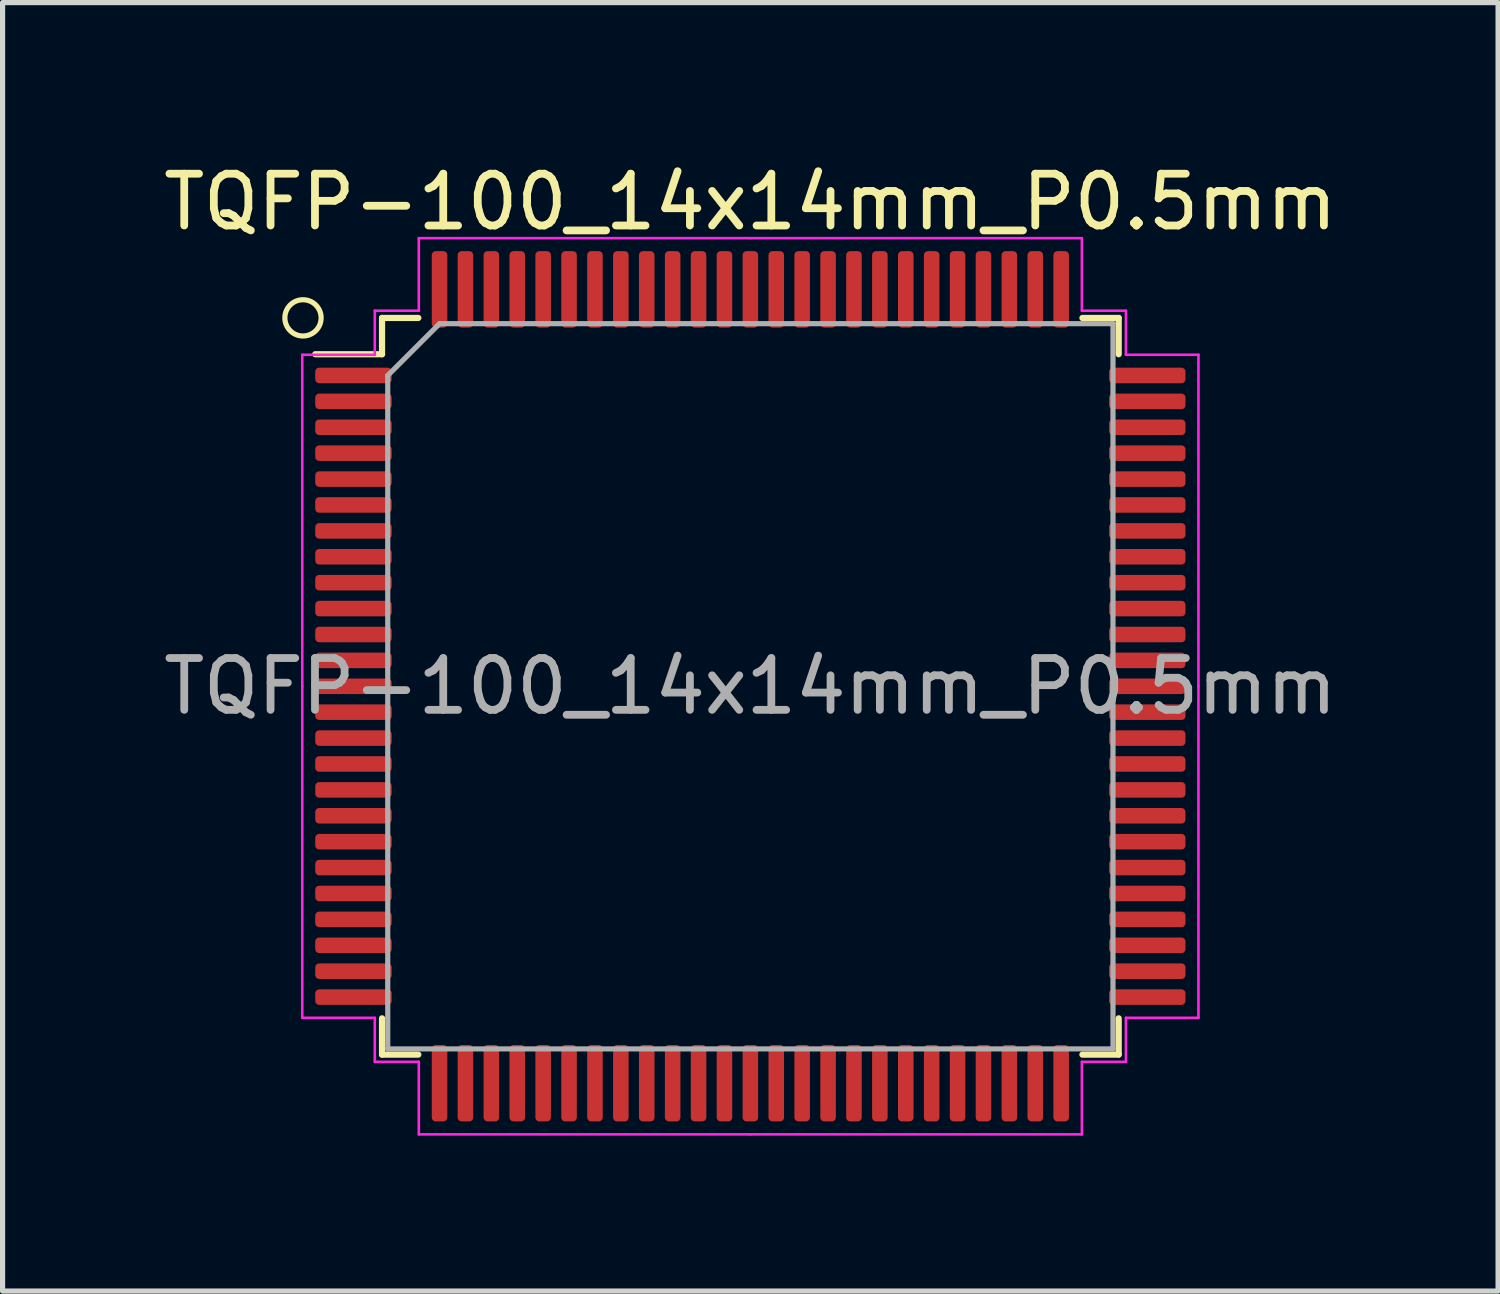
<source format=kicad_pcb>
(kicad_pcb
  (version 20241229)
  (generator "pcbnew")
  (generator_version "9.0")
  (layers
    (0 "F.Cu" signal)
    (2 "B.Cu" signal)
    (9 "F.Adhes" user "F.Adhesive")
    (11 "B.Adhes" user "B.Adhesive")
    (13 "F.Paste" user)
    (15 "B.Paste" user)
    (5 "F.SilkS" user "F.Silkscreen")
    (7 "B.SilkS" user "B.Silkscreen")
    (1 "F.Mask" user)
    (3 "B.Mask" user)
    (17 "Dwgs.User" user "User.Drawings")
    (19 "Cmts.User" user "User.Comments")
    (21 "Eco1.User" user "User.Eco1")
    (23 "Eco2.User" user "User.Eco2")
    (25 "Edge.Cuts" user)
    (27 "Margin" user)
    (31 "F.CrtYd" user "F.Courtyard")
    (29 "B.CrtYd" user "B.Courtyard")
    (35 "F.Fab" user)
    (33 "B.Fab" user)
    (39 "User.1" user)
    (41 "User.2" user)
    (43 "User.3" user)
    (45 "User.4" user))
  (footprint "TQFP-100_14x14mm_P0.5mm"
    (layer "F.Cu")
    (at 11.435 10.198)
    (property "Reference" "TQFP-100_14x14mm_P0.5mm" (at 0 -9.35 0) (layer "F.SilkS") (effects (font (size 1 1) (thickness 0.15))))
    (attr smd)
    (fp_line (start -7.11 -7.11) (end -7.11 -6.41) (stroke (width 0.12) (type solid)) (layer "F.SilkS"))
    (fp_line (start -7.11 -6.41) (end -8.4 -6.41) (stroke (width 0.12) (type solid)) (layer "F.SilkS"))
    (fp_line (start -7.11 7.11) (end -7.11 6.41) (stroke (width 0.12) (type solid)) (layer "F.SilkS"))
    (fp_line (start -6.41 -7.11) (end -7.11 -7.11) (stroke (width 0.12) (type solid)) (layer "F.SilkS"))
    (fp_line (start -6.41 7.11) (end -7.11 7.11) (stroke (width 0.12) (type solid)) (layer "F.SilkS"))
    (fp_line (start 6.41 -7.11) (end 7.11 -7.11) (stroke (width 0.12) (type solid)) (layer "F.SilkS"))
    (fp_line (start 6.41 7.11) (end 7.11 7.11) (stroke (width 0.12) (type solid)) (layer "F.SilkS"))
    (fp_line (start 7.11 -7.11) (end 7.11 -6.41) (stroke (width 0.12) (type solid)) (layer "F.SilkS"))
    (fp_line (start 7.11 7.11) (end 7.11 6.41) (stroke (width 0.12) (type solid)) (layer "F.SilkS"))
    (fp_circle (center -8.636 -7.112) (end -8.286 -7.112) (stroke (width 0.1) (type solid)) (fill no) (layer "F.SilkS"))
    (fp_line (start -8.65 -6.4) (end -8.65 0) (stroke (width 0.05) (type solid)) (layer "F.CrtYd"))
    (fp_line (start -8.65 6.4) (end -8.65 0) (stroke (width 0.05) (type solid)) (layer "F.CrtYd"))
    (fp_line (start -7.25 -7.25) (end -7.25 -6.4) (stroke (width 0.05) (type solid)) (layer "F.CrtYd"))
    (fp_line (start -7.25 -6.4) (end -8.65 -6.4) (stroke (width 0.05) (type solid)) (layer "F.CrtYd"))
    (fp_line (start -7.25 6.4) (end -8.65 6.4) (stroke (width 0.05) (type solid)) (layer "F.CrtYd"))
    (fp_line (start -7.25 7.25) (end -7.25 6.4) (stroke (width 0.05) (type solid)) (layer "F.CrtYd"))
    (fp_line (start -6.4 -8.65) (end -6.4 -7.25) (stroke (width 0.05) (type solid)) (layer "F.CrtYd"))
    (fp_line (start -6.4 -7.25) (end -7.25 -7.25) (stroke (width 0.05) (type solid)) (layer "F.CrtYd"))
    (fp_line (start -6.4 7.25) (end -7.25 7.25) (stroke (width 0.05) (type solid)) (layer "F.CrtYd"))
    (fp_line (start -6.4 8.65) (end -6.4 7.25) (stroke (width 0.05) (type solid)) (layer "F.CrtYd"))
    (fp_line (start 0 -8.65) (end -6.4 -8.65) (stroke (width 0.05) (type solid)) (layer "F.CrtYd"))
    (fp_line (start 0 -8.65) (end 6.4 -8.65) (stroke (width 0.05) (type solid)) (layer "F.CrtYd"))
    (fp_line (start 0 8.65) (end -6.4 8.65) (stroke (width 0.05) (type solid)) (layer "F.CrtYd"))
    (fp_line (start 0 8.65) (end 6.4 8.65) (stroke (width 0.05) (type solid)) (layer "F.CrtYd"))
    (fp_line (start 6.4 -8.65) (end 6.4 -7.25) (stroke (width 0.05) (type solid)) (layer "F.CrtYd"))
    (fp_line (start 6.4 -7.25) (end 7.25 -7.25) (stroke (width 0.05) (type solid)) (layer "F.CrtYd"))
    (fp_line (start 6.4 7.25) (end 7.25 7.25) (stroke (width 0.05) (type solid)) (layer "F.CrtYd"))
    (fp_line (start 6.4 8.65) (end 6.4 7.25) (stroke (width 0.05) (type solid)) (layer "F.CrtYd"))
    (fp_line (start 7.25 -7.25) (end 7.25 -6.4) (stroke (width 0.05) (type solid)) (layer "F.CrtYd"))
    (fp_line (start 7.25 -6.4) (end 8.65 -6.4) (stroke (width 0.05) (type solid)) (layer "F.CrtYd"))
    (fp_line (start 7.25 6.4) (end 8.65 6.4) (stroke (width 0.05) (type solid)) (layer "F.CrtYd"))
    (fp_line (start 7.25 7.25) (end 7.25 6.4) (stroke (width 0.05) (type solid)) (layer "F.CrtYd"))
    (fp_line (start 8.65 -6.4) (end 8.65 0) (stroke (width 0.05) (type solid)) (layer "F.CrtYd"))
    (fp_line (start 8.65 6.4) (end 8.65 0) (stroke (width 0.05) (type solid)) (layer "F.CrtYd"))
    (fp_line (start -7 -6) (end -6 -7) (stroke (width 0.1) (type solid)) (layer "F.Fab"))
    (fp_line (start -7 7) (end -7 -6) (stroke (width 0.1) (type solid)) (layer "F.Fab"))
    (fp_line (start -6 -7) (end 7 -7) (stroke (width 0.1) (type solid)) (layer "F.Fab"))
    (fp_line (start 7 -7) (end 7 7) (stroke (width 0.1) (type solid)) (layer "F.Fab"))
    (fp_line (start 7 7) (end -7 7) (stroke (width 0.1) (type solid)) (layer "F.Fab"))
    (fp_text user "${REFERENCE}" (at 0 0 0) (layer "F.Fab") (effects (font (size 1 1) (thickness 0.15))))
    (pad "1" smd roundrect (at -7.662 -6) (size 1.475 0.3) (layers "F.Cu" "F.Mask" "F.Paste") (roundrect_rratio 0.25))
    (pad "2" smd roundrect (at -7.662 -5.5) (size 1.475 0.3) (layers "F.Cu" "F.Mask" "F.Paste") (roundrect_rratio 0.25))
    (pad "3" smd roundrect (at -7.662 -5) (size 1.475 0.3) (layers "F.Cu" "F.Mask" "F.Paste") (roundrect_rratio 0.25))
    (pad "4" smd roundrect (at -7.662 -4.5) (size 1.475 0.3) (layers "F.Cu" "F.Mask" "F.Paste") (roundrect_rratio 0.25))
    (pad "5" smd roundrect (at -7.662 -4) (size 1.475 0.3) (layers "F.Cu" "F.Mask" "F.Paste") (roundrect_rratio 0.25))
    (pad "6" smd roundrect (at -7.662 -3.5) (size 1.475 0.3) (layers "F.Cu" "F.Mask" "F.Paste") (roundrect_rratio 0.25))
    (pad "7" smd roundrect (at -7.662 -3) (size 1.475 0.3) (layers "F.Cu" "F.Mask" "F.Paste") (roundrect_rratio 0.25))
    (pad "8" smd roundrect (at -7.662 -2.5) (size 1.475 0.3) (layers "F.Cu" "F.Mask" "F.Paste") (roundrect_rratio 0.25))
    (pad "9" smd roundrect (at -7.662 -2) (size 1.475 0.3) (layers "F.Cu" "F.Mask" "F.Paste") (roundrect_rratio 0.25))
    (pad "10" smd roundrect (at -7.662 -1.5) (size 1.475 0.3) (layers "F.Cu" "F.Mask" "F.Paste") (roundrect_rratio 0.25))
    (pad "11" smd roundrect (at -7.662 -1) (size 1.475 0.3) (layers "F.Cu" "F.Mask" "F.Paste") (roundrect_rratio 0.25))
    (pad "12" smd roundrect (at -7.662 -0.5) (size 1.475 0.3) (layers "F.Cu" "F.Mask" "F.Paste") (roundrect_rratio 0.25))
    (pad "13" smd roundrect (at -7.662 0) (size 1.475 0.3) (layers "F.Cu" "F.Mask" "F.Paste") (roundrect_rratio 0.25))
    (pad "14" smd roundrect (at -7.662 0.5) (size 1.475 0.3) (layers "F.Cu" "F.Mask" "F.Paste") (roundrect_rratio 0.25))
    (pad "15" smd roundrect (at -7.662 1) (size 1.475 0.3) (layers "F.Cu" "F.Mask" "F.Paste") (roundrect_rratio 0.25))
    (pad "16" smd roundrect (at -7.662 1.5) (size 1.475 0.3) (layers "F.Cu" "F.Mask" "F.Paste") (roundrect_rratio 0.25))
    (pad "17" smd roundrect (at -7.662 2) (size 1.475 0.3) (layers "F.Cu" "F.Mask" "F.Paste") (roundrect_rratio 0.25))
    (pad "18" smd roundrect (at -7.662 2.5) (size 1.475 0.3) (layers "F.Cu" "F.Mask" "F.Paste") (roundrect_rratio 0.25))
    (pad "19" smd roundrect (at -7.662 3) (size 1.475 0.3) (layers "F.Cu" "F.Mask" "F.Paste") (roundrect_rratio 0.25))
    (pad "20" smd roundrect (at -7.662 3.5) (size 1.475 0.3) (layers "F.Cu" "F.Mask" "F.Paste") (roundrect_rratio 0.25))
    (pad "21" smd roundrect (at -7.662 4) (size 1.475 0.3) (layers "F.Cu" "F.Mask" "F.Paste") (roundrect_rratio 0.25))
    (pad "22" smd roundrect (at -7.662 4.5) (size 1.475 0.3) (layers "F.Cu" "F.Mask" "F.Paste") (roundrect_rratio 0.25))
    (pad "23" smd roundrect (at -7.662 5) (size 1.475 0.3) (layers "F.Cu" "F.Mask" "F.Paste") (roundrect_rratio 0.25))
    (pad "24" smd roundrect (at -7.662 5.5) (size 1.475 0.3) (layers "F.Cu" "F.Mask" "F.Paste") (roundrect_rratio 0.25))
    (pad "25" smd roundrect (at -7.662 6) (size 1.475 0.3) (layers "F.Cu" "F.Mask" "F.Paste") (roundrect_rratio 0.25))
    (pad "26" smd roundrect (at -6 7.662) (size 0.3 1.475) (layers "F.Cu" "F.Mask" "F.Paste") (roundrect_rratio 0.25))
    (pad "27" smd roundrect (at -5.5 7.662) (size 0.3 1.475) (layers "F.Cu" "F.Mask" "F.Paste") (roundrect_rratio 0.25))
    (pad "28" smd roundrect (at -5 7.662) (size 0.3 1.475) (layers "F.Cu" "F.Mask" "F.Paste") (roundrect_rratio 0.25))
    (pad "29" smd roundrect (at -4.5 7.662) (size 0.3 1.475) (layers "F.Cu" "F.Mask" "F.Paste") (roundrect_rratio 0.25))
    (pad "30" smd roundrect (at -4 7.662) (size 0.3 1.475) (layers "F.Cu" "F.Mask" "F.Paste") (roundrect_rratio 0.25))
    (pad "31" smd roundrect (at -3.5 7.662) (size 0.3 1.475) (layers "F.Cu" "F.Mask" "F.Paste") (roundrect_rratio 0.25))
    (pad "32" smd roundrect (at -3 7.662) (size 0.3 1.475) (layers "F.Cu" "F.Mask" "F.Paste") (roundrect_rratio 0.25))
    (pad "33" smd roundrect (at -2.5 7.662) (size 0.3 1.475) (layers "F.Cu" "F.Mask" "F.Paste") (roundrect_rratio 0.25))
    (pad "34" smd roundrect (at -2 7.662) (size 0.3 1.475) (layers "F.Cu" "F.Mask" "F.Paste") (roundrect_rratio 0.25))
    (pad "35" smd roundrect (at -1.5 7.662) (size 0.3 1.475) (layers "F.Cu" "F.Mask" "F.Paste") (roundrect_rratio 0.25))
    (pad "36" smd roundrect (at -1 7.662) (size 0.3 1.475) (layers "F.Cu" "F.Mask" "F.Paste") (roundrect_rratio 0.25))
    (pad "37" smd roundrect (at -0.5 7.662) (size 0.3 1.475) (layers "F.Cu" "F.Mask" "F.Paste") (roundrect_rratio 0.25))
    (pad "38" smd roundrect (at 0 7.662) (size 0.3 1.475) (layers "F.Cu" "F.Mask" "F.Paste") (roundrect_rratio 0.25))
    (pad "39" smd roundrect (at 0.5 7.662) (size 0.3 1.475) (layers "F.Cu" "F.Mask" "F.Paste") (roundrect_rratio 0.25))
    (pad "40" smd roundrect (at 1 7.662) (size 0.3 1.475) (layers "F.Cu" "F.Mask" "F.Paste") (roundrect_rratio 0.25))
    (pad "41" smd roundrect (at 1.5 7.662) (size 0.3 1.475) (layers "F.Cu" "F.Mask" "F.Paste") (roundrect_rratio 0.25))
    (pad "42" smd roundrect (at 2 7.662) (size 0.3 1.475) (layers "F.Cu" "F.Mask" "F.Paste") (roundrect_rratio 0.25))
    (pad "43" smd roundrect (at 2.5 7.662) (size 0.3 1.475) (layers "F.Cu" "F.Mask" "F.Paste") (roundrect_rratio 0.25))
    (pad "44" smd roundrect (at 3 7.662) (size 0.3 1.475) (layers "F.Cu" "F.Mask" "F.Paste") (roundrect_rratio 0.25))
    (pad "45" smd roundrect (at 3.5 7.662) (size 0.3 1.475) (layers "F.Cu" "F.Mask" "F.Paste") (roundrect_rratio 0.25))
    (pad "46" smd roundrect (at 4 7.662) (size 0.3 1.475) (layers "F.Cu" "F.Mask" "F.Paste") (roundrect_rratio 0.25))
    (pad "47" smd roundrect (at 4.5 7.662) (size 0.3 1.475) (layers "F.Cu" "F.Mask" "F.Paste") (roundrect_rratio 0.25))
    (pad "48" smd roundrect (at 5 7.662) (size 0.3 1.475) (layers "F.Cu" "F.Mask" "F.Paste") (roundrect_rratio 0.25))
    (pad "49" smd roundrect (at 5.5 7.662) (size 0.3 1.475) (layers "F.Cu" "F.Mask" "F.Paste") (roundrect_rratio 0.25))
    (pad "50" smd roundrect (at 6 7.662) (size 0.3 1.475) (layers "F.Cu" "F.Mask" "F.Paste") (roundrect_rratio 0.25))
    (pad "51" smd roundrect (at 7.662 6) (size 1.475 0.3) (layers "F.Cu" "F.Mask" "F.Paste") (roundrect_rratio 0.25))
    (pad "52" smd roundrect (at 7.662 5.5) (size 1.475 0.3) (layers "F.Cu" "F.Mask" "F.Paste") (roundrect_rratio 0.25))
    (pad "53" smd roundrect (at 7.662 5) (size 1.475 0.3) (layers "F.Cu" "F.Mask" "F.Paste") (roundrect_rratio 0.25))
    (pad "54" smd roundrect (at 7.662 4.5) (size 1.475 0.3) (layers "F.Cu" "F.Mask" "F.Paste") (roundrect_rratio 0.25))
    (pad "55" smd roundrect (at 7.662 4) (size 1.475 0.3) (layers "F.Cu" "F.Mask" "F.Paste") (roundrect_rratio 0.25))
    (pad "56" smd roundrect (at 7.662 3.5) (size 1.475 0.3) (layers "F.Cu" "F.Mask" "F.Paste") (roundrect_rratio 0.25))
    (pad "57" smd roundrect (at 7.662 3) (size 1.475 0.3) (layers "F.Cu" "F.Mask" "F.Paste") (roundrect_rratio 0.25))
    (pad "58" smd roundrect (at 7.662 2.5) (size 1.475 0.3) (layers "F.Cu" "F.Mask" "F.Paste") (roundrect_rratio 0.25))
    (pad "59" smd roundrect (at 7.662 2) (size 1.475 0.3) (layers "F.Cu" "F.Mask" "F.Paste") (roundrect_rratio 0.25))
    (pad "60" smd roundrect (at 7.662 1.5) (size 1.475 0.3) (layers "F.Cu" "F.Mask" "F.Paste") (roundrect_rratio 0.25))
    (pad "61" smd roundrect (at 7.662 1) (size 1.475 0.3) (layers "F.Cu" "F.Mask" "F.Paste") (roundrect_rratio 0.25))
    (pad "62" smd roundrect (at 7.662 0.5) (size 1.475 0.3) (layers "F.Cu" "F.Mask" "F.Paste") (roundrect_rratio 0.25))
    (pad "63" smd roundrect (at 7.662 0) (size 1.475 0.3) (layers "F.Cu" "F.Mask" "F.Paste") (roundrect_rratio 0.25))
    (pad "64" smd roundrect (at 7.662 -0.5) (size 1.475 0.3) (layers "F.Cu" "F.Mask" "F.Paste") (roundrect_rratio 0.25))
    (pad "65" smd roundrect (at 7.662 -1) (size 1.475 0.3) (layers "F.Cu" "F.Mask" "F.Paste") (roundrect_rratio 0.25))
    (pad "66" smd roundrect (at 7.662 -1.5) (size 1.475 0.3) (layers "F.Cu" "F.Mask" "F.Paste") (roundrect_rratio 0.25))
    (pad "67" smd roundrect (at 7.662 -2) (size 1.475 0.3) (layers "F.Cu" "F.Mask" "F.Paste") (roundrect_rratio 0.25))
    (pad "68" smd roundrect (at 7.662 -2.5) (size 1.475 0.3) (layers "F.Cu" "F.Mask" "F.Paste") (roundrect_rratio 0.25))
    (pad "69" smd roundrect (at 7.662 -3) (size 1.475 0.3) (layers "F.Cu" "F.Mask" "F.Paste") (roundrect_rratio 0.25))
    (pad "70" smd roundrect (at 7.662 -3.5) (size 1.475 0.3) (layers "F.Cu" "F.Mask" "F.Paste") (roundrect_rratio 0.25))
    (pad "71" smd roundrect (at 7.662 -4) (size 1.475 0.3) (layers "F.Cu" "F.Mask" "F.Paste") (roundrect_rratio 0.25))
    (pad "72" smd roundrect (at 7.662 -4.5) (size 1.475 0.3) (layers "F.Cu" "F.Mask" "F.Paste") (roundrect_rratio 0.25))
    (pad "73" smd roundrect (at 7.662 -5) (size 1.475 0.3) (layers "F.Cu" "F.Mask" "F.Paste") (roundrect_rratio 0.25))
    (pad "74" smd roundrect (at 7.662 -5.5) (size 1.475 0.3) (layers "F.Cu" "F.Mask" "F.Paste") (roundrect_rratio 0.25))
    (pad "75" smd roundrect (at 7.662 -6) (size 1.475 0.3) (layers "F.Cu" "F.Mask" "F.Paste") (roundrect_rratio 0.25))
    (pad "76" smd roundrect (at 6 -7.662) (size 0.3 1.475) (layers "F.Cu" "F.Mask" "F.Paste") (roundrect_rratio 0.25))
    (pad "77" smd roundrect (at 5.5 -7.662) (size 0.3 1.475) (layers "F.Cu" "F.Mask" "F.Paste") (roundrect_rratio 0.25))
    (pad "78" smd roundrect (at 5 -7.662) (size 0.3 1.475) (layers "F.Cu" "F.Mask" "F.Paste") (roundrect_rratio 0.25))
    (pad "79" smd roundrect (at 4.5 -7.662) (size 0.3 1.475) (layers "F.Cu" "F.Mask" "F.Paste") (roundrect_rratio 0.25))
    (pad "80" smd roundrect (at 4 -7.662) (size 0.3 1.475) (layers "F.Cu" "F.Mask" "F.Paste") (roundrect_rratio 0.25))
    (pad "81" smd roundrect (at 3.5 -7.662) (size 0.3 1.475) (layers "F.Cu" "F.Mask" "F.Paste") (roundrect_rratio 0.25))
    (pad "82" smd roundrect (at 3 -7.662) (size 0.3 1.475) (layers "F.Cu" "F.Mask" "F.Paste") (roundrect_rratio 0.25))
    (pad "83" smd roundrect (at 2.5 -7.662) (size 0.3 1.475) (layers "F.Cu" "F.Mask" "F.Paste") (roundrect_rratio 0.25))
    (pad "84" smd roundrect (at 2 -7.662) (size 0.3 1.475) (layers "F.Cu" "F.Mask" "F.Paste") (roundrect_rratio 0.25))
    (pad "85" smd roundrect (at 1.5 -7.662) (size 0.3 1.475) (layers "F.Cu" "F.Mask" "F.Paste") (roundrect_rratio 0.25))
    (pad "86" smd roundrect (at 1 -7.662) (size 0.3 1.475) (layers "F.Cu" "F.Mask" "F.Paste") (roundrect_rratio 0.25))
    (pad "87" smd roundrect (at 0.5 -7.662) (size 0.3 1.475) (layers "F.Cu" "F.Mask" "F.Paste") (roundrect_rratio 0.25))
    (pad "88" smd roundrect (at 0 -7.662) (size 0.3 1.475) (layers "F.Cu" "F.Mask" "F.Paste") (roundrect_rratio 0.25))
    (pad "89" smd roundrect (at -0.5 -7.662) (size 0.3 1.475) (layers "F.Cu" "F.Mask" "F.Paste") (roundrect_rratio 0.25))
    (pad "90" smd roundrect (at -1 -7.662) (size 0.3 1.475) (layers "F.Cu" "F.Mask" "F.Paste") (roundrect_rratio 0.25))
    (pad "91" smd roundrect (at -1.5 -7.662) (size 0.3 1.475) (layers "F.Cu" "F.Mask" "F.Paste") (roundrect_rratio 0.25))
    (pad "92" smd roundrect (at -2 -7.662) (size 0.3 1.475) (layers "F.Cu" "F.Mask" "F.Paste") (roundrect_rratio 0.25))
    (pad "93" smd roundrect (at -2.5 -7.662) (size 0.3 1.475) (layers "F.Cu" "F.Mask" "F.Paste") (roundrect_rratio 0.25))
    (pad "94" smd roundrect (at -3 -7.662) (size 0.3 1.475) (layers "F.Cu" "F.Mask" "F.Paste") (roundrect_rratio 0.25))
    (pad "95" smd roundrect (at -3.5 -7.662) (size 0.3 1.475) (layers "F.Cu" "F.Mask" "F.Paste") (roundrect_rratio 0.25))
    (pad "96" smd roundrect (at -4 -7.662) (size 0.3 1.475) (layers "F.Cu" "F.Mask" "F.Paste") (roundrect_rratio 0.25))
    (pad "97" smd roundrect (at -4.5 -7.662) (size 0.3 1.475) (layers "F.Cu" "F.Mask" "F.Paste") (roundrect_rratio 0.25))
    (pad "98" smd roundrect (at -5 -7.662) (size 0.3 1.475) (layers "F.Cu" "F.Mask" "F.Paste") (roundrect_rratio 0.25))
    (pad "99" smd roundrect (at -5.5 -7.662) (size 0.3 1.475) (layers "F.Cu" "F.Mask" "F.Paste") (roundrect_rratio 0.25))
    (pad "100" smd roundrect (at -6 -7.662) (size 0.3 1.475) (layers "F.Cu" "F.Mask" "F.Paste") (roundrect_rratio 0.25)))
  (gr_rect
    (start -3 -3)
    (end 25.869 21.873)
    (stroke (width 0.1) (type default))
    (fill no)
    (layer "Edge.Cuts")))
</source>
